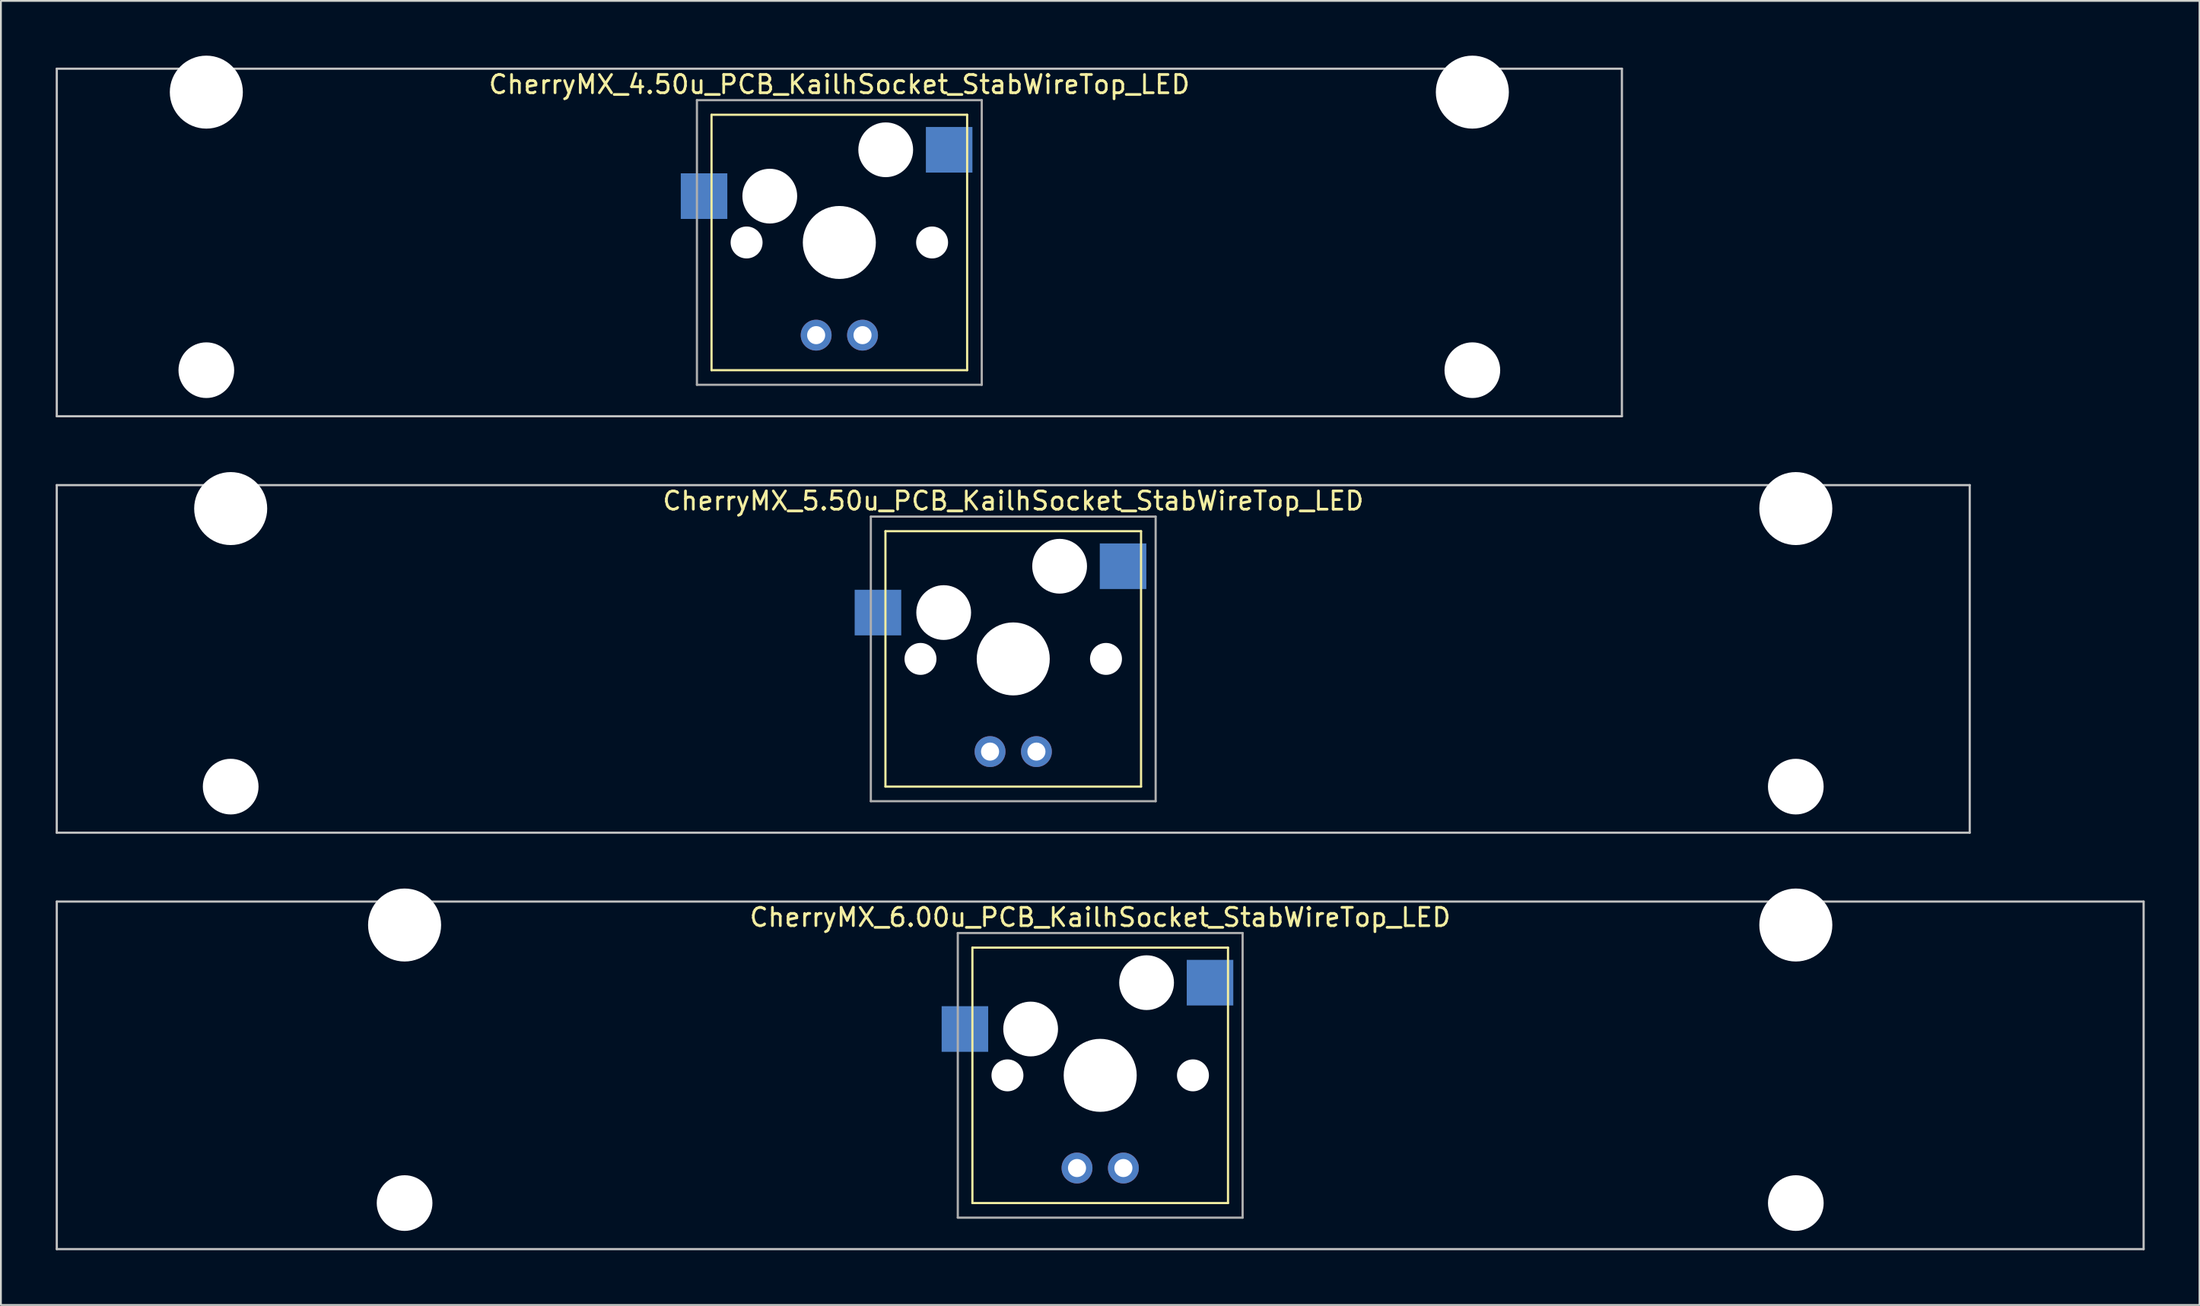
<source format=kicad_pcb>
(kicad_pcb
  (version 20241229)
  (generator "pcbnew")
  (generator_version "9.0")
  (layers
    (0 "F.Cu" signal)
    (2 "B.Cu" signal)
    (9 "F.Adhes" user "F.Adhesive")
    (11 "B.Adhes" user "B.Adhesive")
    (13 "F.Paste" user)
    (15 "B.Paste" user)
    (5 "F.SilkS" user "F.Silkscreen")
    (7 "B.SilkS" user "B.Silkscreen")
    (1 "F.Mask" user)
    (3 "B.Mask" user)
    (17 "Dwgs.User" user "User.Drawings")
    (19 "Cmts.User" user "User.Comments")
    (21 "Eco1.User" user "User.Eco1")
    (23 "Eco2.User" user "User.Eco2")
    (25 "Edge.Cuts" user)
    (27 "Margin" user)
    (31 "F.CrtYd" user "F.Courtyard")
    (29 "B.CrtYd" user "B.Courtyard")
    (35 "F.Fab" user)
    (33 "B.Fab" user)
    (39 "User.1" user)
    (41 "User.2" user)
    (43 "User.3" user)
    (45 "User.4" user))
  (footprint "CherryMX_6.00u_PCB_KailhSocket_StabWireTop_LED"
    (layer "F.Cu")
    (at 57.21 55.89)
    (property "Reference" "CherryMX_6.00u_PCB_KailhSocket_StabWireTop_LED" (at 0 -8.662 0) (layer "F.SilkS") (effects (font (size 1 1) (thickness 0.15))))
    (attr through_hole)
    (fp_line (start -7 -7) (end -7 7) (stroke (width 0.12) (type solid)) (layer "F.SilkS"))
    (fp_line (start -7 -7) (end 7 -7) (stroke (width 0.12) (type solid)) (layer "F.SilkS"))
    (fp_line (start 7 -7) (end 7 7) (stroke (width 0.12) (type solid)) (layer "F.SilkS"))
    (fp_line (start 7 7) (end -7 7) (stroke (width 0.12) (type solid)) (layer "F.SilkS"))
    (fp_line (start -57.15 -9.525) (end 57.15 -9.525) (stroke (width 0.12) (type solid)) (layer "Dwgs.User"))
    (fp_line (start -57.15 9.525) (end -57.15 -9.525) (stroke (width 0.12) (type solid)) (layer "Dwgs.User"))
    (fp_line (start 57.15 -9.525) (end 57.15 9.525) (stroke (width 0.12) (type solid)) (layer "Dwgs.User"))
    (fp_line (start 57.15 9.525) (end -57.15 9.525) (stroke (width 0.12) (type solid)) (layer "Dwgs.User"))
    (fp_line (start -7.8 -7.8) (end -7.8 7.8) (stroke (width 0.12) (type solid)) (layer "F.Fab"))
    (fp_line (start -7.8 -7.8) (end 7.8 -7.8) (stroke (width 0.12) (type solid)) (layer "F.Fab"))
    (fp_line (start -7.8 7.8) (end 7.8 7.8) (stroke (width 0.12) (type solid)) (layer "F.Fab"))
    (fp_line (start 7.8 -7.8) (end 7.8 7.8) (stroke (width 0.12) (type solid)) (layer "F.Fab"))
    (pad "" np_thru_hole circle (at -38.1 -8.24) (size 4 4) (drill 4) (layers "*.Cu" "*.Mask"))
    (pad "" np_thru_hole circle (at -38.1 7) (size 3.05 3.05) (drill 3.05) (layers "*.Cu" "*.Mask"))
    (pad "" np_thru_hole circle (at -5.08 0) (size 1.75 1.75) (drill 1.75) (layers "*.Cu" "*.Mask"))
    (pad "" np_thru_hole circle (at -3.81 -2.54) (size 3 3) (drill 3) (layers "*.Cu" "*.Mask"))
    (pad "" np_thru_hole circle (at 0 0) (size 4 4) (drill 4) (layers "*.Cu" "*.Mask"))
    (pad "" np_thru_hole circle (at 2.54 -5.08) (size 3 3) (drill 3) (layers "*.Cu" "*.Mask"))
    (pad "" np_thru_hole circle (at 5.08 0) (size 1.75 1.75) (drill 1.75) (layers "*.Cu" "*.Mask"))
    (pad "" np_thru_hole circle (at 38.1 -8.24) (size 4 4) (drill 4) (layers "*.Cu" "*.Mask"))
    (pad "" np_thru_hole circle (at 38.1 7) (size 3.05 3.05) (drill 3.05) (layers "*.Cu" "*.Mask"))
    (pad "1" smd rect (at -7.41 -2.54) (size 2.55 2.5) (layers "B.Cu" "B.Mask" "B.Paste"))
    (pad "2" smd rect (at 6.015 -5.08) (size 2.55 2.5) (layers "B.Cu" "B.Mask" "B.Paste"))
    (pad "3" thru_hole circle (at -1.27 5.08) (size 1.691 1.691) (drill 0.991) (layers "*.Cu" "*.Mask"))
    (pad "4" thru_hole circle (at 1.27 5.08) (size 1.691 1.691) (drill 0.991) (layers "*.Cu" "*.Mask")))
  (footprint "CherryMX_5.50u_PCB_KailhSocket_StabWireTop_LED"
    (layer "F.Cu")
    (at 52.447 33.065)
    (property "Reference" "CherryMX_5.50u_PCB_KailhSocket_StabWireTop_LED" (at 0 -8.662 0) (layer "F.SilkS") (effects (font (size 1 1) (thickness 0.15))))
    (attr through_hole)
    (fp_line (start -7 -7) (end -7 7) (stroke (width 0.12) (type solid)) (layer "F.SilkS"))
    (fp_line (start -7 -7) (end 7 -7) (stroke (width 0.12) (type solid)) (layer "F.SilkS"))
    (fp_line (start 7 -7) (end 7 7) (stroke (width 0.12) (type solid)) (layer "F.SilkS"))
    (fp_line (start 7 7) (end -7 7) (stroke (width 0.12) (type solid)) (layer "F.SilkS"))
    (fp_line (start -52.388 -9.525) (end 52.388 -9.525) (stroke (width 0.12) (type solid)) (layer "Dwgs.User"))
    (fp_line (start -52.388 9.525) (end -52.388 -9.525) (stroke (width 0.12) (type solid)) (layer "Dwgs.User"))
    (fp_line (start 52.388 -9.525) (end 52.388 9.525) (stroke (width 0.12) (type solid)) (layer "Dwgs.User"))
    (fp_line (start 52.388 9.525) (end -52.388 9.525) (stroke (width 0.12) (type solid)) (layer "Dwgs.User"))
    (fp_line (start -7.8 -7.8) (end -7.8 7.8) (stroke (width 0.12) (type solid)) (layer "F.Fab"))
    (fp_line (start -7.8 -7.8) (end 7.8 -7.8) (stroke (width 0.12) (type solid)) (layer "F.Fab"))
    (fp_line (start -7.8 7.8) (end 7.8 7.8) (stroke (width 0.12) (type solid)) (layer "F.Fab"))
    (fp_line (start 7.8 -7.8) (end 7.8 7.8) (stroke (width 0.12) (type solid)) (layer "F.Fab"))
    (pad "" np_thru_hole circle (at -42.862 -8.24) (size 4 4) (drill 4) (layers "*.Cu" "*.Mask"))
    (pad "" np_thru_hole circle (at -42.862 7) (size 3.05 3.05) (drill 3.05) (layers "*.Cu" "*.Mask"))
    (pad "" np_thru_hole circle (at -5.08 0) (size 1.75 1.75) (drill 1.75) (layers "*.Cu" "*.Mask"))
    (pad "" np_thru_hole circle (at -3.81 -2.54) (size 3 3) (drill 3) (layers "*.Cu" "*.Mask"))
    (pad "" np_thru_hole circle (at 0 0) (size 4 4) (drill 4) (layers "*.Cu" "*.Mask"))
    (pad "" np_thru_hole circle (at 2.54 -5.08) (size 3 3) (drill 3) (layers "*.Cu" "*.Mask"))
    (pad "" np_thru_hole circle (at 5.08 0) (size 1.75 1.75) (drill 1.75) (layers "*.Cu" "*.Mask"))
    (pad "" np_thru_hole circle (at 42.862 -8.24) (size 4 4) (drill 4) (layers "*.Cu" "*.Mask"))
    (pad "" np_thru_hole circle (at 42.862 7) (size 3.05 3.05) (drill 3.05) (layers "*.Cu" "*.Mask"))
    (pad "1" smd rect (at -7.41 -2.54) (size 2.55 2.5) (layers "B.Cu" "B.Mask" "B.Paste"))
    (pad "2" smd rect (at 6.015 -5.08) (size 2.55 2.5) (layers "B.Cu" "B.Mask" "B.Paste"))
    (pad "3" thru_hole circle (at -1.27 5.08) (size 1.691 1.691) (drill 0.991) (layers "*.Cu" "*.Mask"))
    (pad "4" thru_hole circle (at 1.27 5.08) (size 1.691 1.691) (drill 0.991) (layers "*.Cu" "*.Mask")))
  (footprint "CherryMX_4.50u_PCB_KailhSocket_StabWireTop_LED"
    (layer "F.Cu")
    (at 42.922 10.24)
    (property "Reference" "CherryMX_4.50u_PCB_KailhSocket_StabWireTop_LED" (at 0 -8.662 0) (layer "F.SilkS") (effects (font (size 1 1) (thickness 0.15))))
    (attr through_hole)
    (fp_line (start -7 -7) (end -7 7) (stroke (width 0.12) (type solid)) (layer "F.SilkS"))
    (fp_line (start -7 -7) (end 7 -7) (stroke (width 0.12) (type solid)) (layer "F.SilkS"))
    (fp_line (start 7 -7) (end 7 7) (stroke (width 0.12) (type solid)) (layer "F.SilkS"))
    (fp_line (start 7 7) (end -7 7) (stroke (width 0.12) (type solid)) (layer "F.SilkS"))
    (fp_line (start -42.862 -9.525) (end 42.862 -9.525) (stroke (width 0.12) (type solid)) (layer "Dwgs.User"))
    (fp_line (start -42.862 9.525) (end -42.862 -9.525) (stroke (width 0.12) (type solid)) (layer "Dwgs.User"))
    (fp_line (start 42.862 -9.525) (end 42.862 9.525) (stroke (width 0.12) (type solid)) (layer "Dwgs.User"))
    (fp_line (start 42.862 9.525) (end -42.862 9.525) (stroke (width 0.12) (type solid)) (layer "Dwgs.User"))
    (fp_line (start -7.8 -7.8) (end -7.8 7.8) (stroke (width 0.12) (type solid)) (layer "F.Fab"))
    (fp_line (start -7.8 -7.8) (end 7.8 -7.8) (stroke (width 0.12) (type solid)) (layer "F.Fab"))
    (fp_line (start -7.8 7.8) (end 7.8 7.8) (stroke (width 0.12) (type solid)) (layer "F.Fab"))
    (fp_line (start 7.8 -7.8) (end 7.8 7.8) (stroke (width 0.12) (type solid)) (layer "F.Fab"))
    (pad "" np_thru_hole circle (at -34.671 -8.24) (size 4 4) (drill 4) (layers "*.Cu" "*.Mask"))
    (pad "" np_thru_hole circle (at -34.671 7) (size 3.05 3.05) (drill 3.05) (layers "*.Cu" "*.Mask"))
    (pad "" np_thru_hole circle (at -5.08 0) (size 1.75 1.75) (drill 1.75) (layers "*.Cu" "*.Mask"))
    (pad "" np_thru_hole circle (at -3.81 -2.54) (size 3 3) (drill 3) (layers "*.Cu" "*.Mask"))
    (pad "" np_thru_hole circle (at 0 0) (size 4 4) (drill 4) (layers "*.Cu" "*.Mask"))
    (pad "" np_thru_hole circle (at 2.54 -5.08) (size 3 3) (drill 3) (layers "*.Cu" "*.Mask"))
    (pad "" np_thru_hole circle (at 5.08 0) (size 1.75 1.75) (drill 1.75) (layers "*.Cu" "*.Mask"))
    (pad "" np_thru_hole circle (at 34.671 -8.24) (size 4 4) (drill 4) (layers "*.Cu" "*.Mask"))
    (pad "" np_thru_hole circle (at 34.671 7) (size 3.05 3.05) (drill 3.05) (layers "*.Cu" "*.Mask"))
    (pad "1" smd rect (at -7.41 -2.54) (size 2.55 2.5) (layers "B.Cu" "B.Mask" "B.Paste"))
    (pad "2" smd rect (at 6.015 -5.08) (size 2.55 2.5) (layers "B.Cu" "B.Mask" "B.Paste"))
    (pad "3" thru_hole circle (at -1.27 5.08) (size 1.691 1.691) (drill 0.991) (layers "*.Cu" "*.Mask"))
    (pad "4" thru_hole circle (at 1.27 5.08) (size 1.691 1.691) (drill 0.991) (layers "*.Cu" "*.Mask")))
  (gr_rect
    (start -3 -3)
    (end 117.42 68.475)
    (stroke (width 0.1) (type default))
    (fill no)
    (layer "Edge.Cuts")))
</source>
